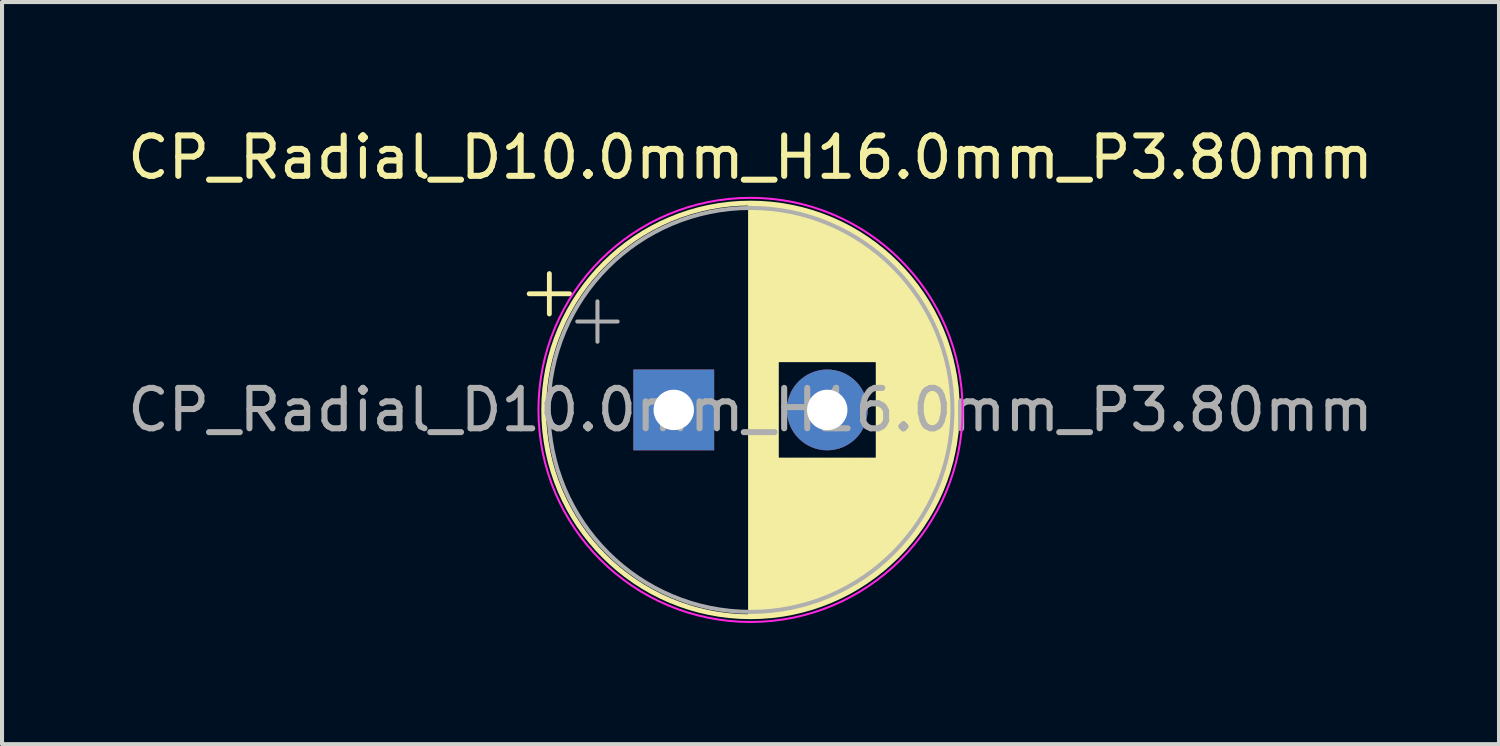
<source format=kicad_pcb>
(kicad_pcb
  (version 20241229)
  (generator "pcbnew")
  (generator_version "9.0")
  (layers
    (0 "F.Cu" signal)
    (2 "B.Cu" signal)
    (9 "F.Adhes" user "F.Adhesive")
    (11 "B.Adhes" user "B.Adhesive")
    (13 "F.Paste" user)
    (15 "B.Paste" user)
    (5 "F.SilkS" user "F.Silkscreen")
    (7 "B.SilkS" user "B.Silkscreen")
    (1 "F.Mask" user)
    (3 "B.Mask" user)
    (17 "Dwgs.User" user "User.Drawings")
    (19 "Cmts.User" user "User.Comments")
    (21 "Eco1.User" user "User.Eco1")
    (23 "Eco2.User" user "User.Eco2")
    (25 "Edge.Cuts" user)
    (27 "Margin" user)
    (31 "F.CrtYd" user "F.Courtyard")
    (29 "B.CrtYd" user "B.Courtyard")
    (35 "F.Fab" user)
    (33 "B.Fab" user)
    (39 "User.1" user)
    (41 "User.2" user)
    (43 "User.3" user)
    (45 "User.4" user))
  (footprint "CP_Radial_D10.0mm_H16.0mm_P3.80mm"
    (layer "F.Cu")
    (at 13.63 7.098)
    (property "Reference" "CP_Radial_D10.0mm_H16.0mm_P3.80mm" (at 1.9 -6.25 0) (layer "F.SilkS") (effects (font (size 1 1) (thickness 0.15))))
    (attr through_hole)
    (fp_line (start -3.58 -2.875) (end -2.58 -2.875) (stroke (width 0.12) (type solid)) (layer "F.SilkS"))
    (fp_line (start -3.08 -3.375) (end -3.08 -2.375) (stroke (width 0.12) (type solid)) (layer "F.SilkS"))
    (fp_line (start 1.9 -5.08) (end 1.9 5.08) (stroke (width 0.12) (type solid)) (layer "F.SilkS"))
    (fp_line (start 1.94 -5.08) (end 1.94 5.08) (stroke (width 0.12) (type solid)) (layer "F.SilkS"))
    (fp_line (start 1.98 -5.08) (end 1.98 5.08) (stroke (width 0.12) (type solid)) (layer "F.SilkS"))
    (fp_line (start 2.02 -5.079) (end 2.02 5.079) (stroke (width 0.12) (type solid)) (layer "F.SilkS"))
    (fp_line (start 2.06 -5.078) (end 2.06 5.078) (stroke (width 0.12) (type solid)) (layer "F.SilkS"))
    (fp_line (start 2.1 -5.077) (end 2.1 5.077) (stroke (width 0.12) (type solid)) (layer "F.SilkS"))
    (fp_line (start 2.14 -5.075) (end 2.14 5.075) (stroke (width 0.12) (type solid)) (layer "F.SilkS"))
    (fp_line (start 2.18 -5.073) (end 2.18 5.073) (stroke (width 0.12) (type solid)) (layer "F.SilkS"))
    (fp_line (start 2.22 -5.07) (end 2.22 5.07) (stroke (width 0.12) (type solid)) (layer "F.SilkS"))
    (fp_line (start 2.26 -5.068) (end 2.26 5.068) (stroke (width 0.12) (type solid)) (layer "F.SilkS"))
    (fp_line (start 2.3 -5.065) (end 2.3 5.065) (stroke (width 0.12) (type solid)) (layer "F.SilkS"))
    (fp_line (start 2.34 -5.062) (end 2.34 5.062) (stroke (width 0.12) (type solid)) (layer "F.SilkS"))
    (fp_line (start 2.38 -5.058) (end 2.38 5.058) (stroke (width 0.12) (type solid)) (layer "F.SilkS"))
    (fp_line (start 2.42 -5.054) (end 2.42 5.054) (stroke (width 0.12) (type solid)) (layer "F.SilkS"))
    (fp_line (start 2.46 -5.05) (end 2.46 5.05) (stroke (width 0.12) (type solid)) (layer "F.SilkS"))
    (fp_line (start 2.5 -5.045) (end 2.5 5.045) (stroke (width 0.12) (type solid)) (layer "F.SilkS"))
    (fp_line (start 2.54 -5.04) (end 2.54 5.04) (stroke (width 0.12) (type solid)) (layer "F.SilkS"))
    (fp_line (start 2.58 -5.035) (end 2.58 -1.241) (stroke (width 0.12) (type solid)) (layer "F.SilkS"))
    (fp_line (start 2.58 1.241) (end 2.58 5.035) (stroke (width 0.12) (type solid)) (layer "F.SilkS"))
    (fp_line (start 2.621 -5.03) (end 2.621 -1.241) (stroke (width 0.12) (type solid)) (layer "F.SilkS"))
    (fp_line (start 2.621 1.241) (end 2.621 5.03) (stroke (width 0.12) (type solid)) (layer "F.SilkS"))
    (fp_line (start 2.661 -5.024) (end 2.661 -1.241) (stroke (width 0.12) (type solid)) (layer "F.SilkS"))
    (fp_line (start 2.661 1.241) (end 2.661 5.024) (stroke (width 0.12) (type solid)) (layer "F.SilkS"))
    (fp_line (start 2.701 -5.018) (end 2.701 -1.241) (stroke (width 0.12) (type solid)) (layer "F.SilkS"))
    (fp_line (start 2.701 1.241) (end 2.701 5.018) (stroke (width 0.12) (type solid)) (layer "F.SilkS"))
    (fp_line (start 2.741 -5.011) (end 2.741 -1.241) (stroke (width 0.12) (type solid)) (layer "F.SilkS"))
    (fp_line (start 2.741 1.241) (end 2.741 5.011) (stroke (width 0.12) (type solid)) (layer "F.SilkS"))
    (fp_line (start 2.781 -5.004) (end 2.781 -1.241) (stroke (width 0.12) (type solid)) (layer "F.SilkS"))
    (fp_line (start 2.781 1.241) (end 2.781 5.004) (stroke (width 0.12) (type solid)) (layer "F.SilkS"))
    (fp_line (start 2.821 -4.997) (end 2.821 -1.241) (stroke (width 0.12) (type solid)) (layer "F.SilkS"))
    (fp_line (start 2.821 1.241) (end 2.821 4.997) (stroke (width 0.12) (type solid)) (layer "F.SilkS"))
    (fp_line (start 2.861 -4.99) (end 2.861 -1.241) (stroke (width 0.12) (type solid)) (layer "F.SilkS"))
    (fp_line (start 2.861 1.241) (end 2.861 4.99) (stroke (width 0.12) (type solid)) (layer "F.SilkS"))
    (fp_line (start 2.901 -4.982) (end 2.901 -1.241) (stroke (width 0.12) (type solid)) (layer "F.SilkS"))
    (fp_line (start 2.901 1.241) (end 2.901 4.982) (stroke (width 0.12) (type solid)) (layer "F.SilkS"))
    (fp_line (start 2.941 -4.974) (end 2.941 -1.241) (stroke (width 0.12) (type solid)) (layer "F.SilkS"))
    (fp_line (start 2.941 1.241) (end 2.941 4.974) (stroke (width 0.12) (type solid)) (layer "F.SilkS"))
    (fp_line (start 2.981 -4.965) (end 2.981 -1.241) (stroke (width 0.12) (type solid)) (layer "F.SilkS"))
    (fp_line (start 2.981 1.241) (end 2.981 4.965) (stroke (width 0.12) (type solid)) (layer "F.SilkS"))
    (fp_line (start 3.021 -4.956) (end 3.021 -1.241) (stroke (width 0.12) (type solid)) (layer "F.SilkS"))
    (fp_line (start 3.021 1.241) (end 3.021 4.956) (stroke (width 0.12) (type solid)) (layer "F.SilkS"))
    (fp_line (start 3.061 -4.947) (end 3.061 -1.241) (stroke (width 0.12) (type solid)) (layer "F.SilkS"))
    (fp_line (start 3.061 1.241) (end 3.061 4.947) (stroke (width 0.12) (type solid)) (layer "F.SilkS"))
    (fp_line (start 3.101 -4.938) (end 3.101 -1.241) (stroke (width 0.12) (type solid)) (layer "F.SilkS"))
    (fp_line (start 3.101 1.241) (end 3.101 4.938) (stroke (width 0.12) (type solid)) (layer "F.SilkS"))
    (fp_line (start 3.141 -4.928) (end 3.141 -1.241) (stroke (width 0.12) (type solid)) (layer "F.SilkS"))
    (fp_line (start 3.141 1.241) (end 3.141 4.928) (stroke (width 0.12) (type solid)) (layer "F.SilkS"))
    (fp_line (start 3.181 -4.918) (end 3.181 -1.241) (stroke (width 0.12) (type solid)) (layer "F.SilkS"))
    (fp_line (start 3.181 1.241) (end 3.181 4.918) (stroke (width 0.12) (type solid)) (layer "F.SilkS"))
    (fp_line (start 3.221 -4.907) (end 3.221 -1.241) (stroke (width 0.12) (type solid)) (layer "F.SilkS"))
    (fp_line (start 3.221 1.241) (end 3.221 4.907) (stroke (width 0.12) (type solid)) (layer "F.SilkS"))
    (fp_line (start 3.261 -4.897) (end 3.261 -1.241) (stroke (width 0.12) (type solid)) (layer "F.SilkS"))
    (fp_line (start 3.261 1.241) (end 3.261 4.897) (stroke (width 0.12) (type solid)) (layer "F.SilkS"))
    (fp_line (start 3.301 -4.885) (end 3.301 -1.241) (stroke (width 0.12) (type solid)) (layer "F.SilkS"))
    (fp_line (start 3.301 1.241) (end 3.301 4.885) (stroke (width 0.12) (type solid)) (layer "F.SilkS"))
    (fp_line (start 3.341 -4.874) (end 3.341 -1.241) (stroke (width 0.12) (type solid)) (layer "F.SilkS"))
    (fp_line (start 3.341 1.241) (end 3.341 4.874) (stroke (width 0.12) (type solid)) (layer "F.SilkS"))
    (fp_line (start 3.381 -4.862) (end 3.381 -1.241) (stroke (width 0.12) (type solid)) (layer "F.SilkS"))
    (fp_line (start 3.381 1.241) (end 3.381 4.862) (stroke (width 0.12) (type solid)) (layer "F.SilkS"))
    (fp_line (start 3.421 -4.85) (end 3.421 -1.241) (stroke (width 0.12) (type solid)) (layer "F.SilkS"))
    (fp_line (start 3.421 1.241) (end 3.421 4.85) (stroke (width 0.12) (type solid)) (layer "F.SilkS"))
    (fp_line (start 3.461 -4.837) (end 3.461 -1.241) (stroke (width 0.12) (type solid)) (layer "F.SilkS"))
    (fp_line (start 3.461 1.241) (end 3.461 4.837) (stroke (width 0.12) (type solid)) (layer "F.SilkS"))
    (fp_line (start 3.501 -4.824) (end 3.501 -1.241) (stroke (width 0.12) (type solid)) (layer "F.SilkS"))
    (fp_line (start 3.501 1.241) (end 3.501 4.824) (stroke (width 0.12) (type solid)) (layer "F.SilkS"))
    (fp_line (start 3.541 -4.811) (end 3.541 -1.241) (stroke (width 0.12) (type solid)) (layer "F.SilkS"))
    (fp_line (start 3.541 1.241) (end 3.541 4.811) (stroke (width 0.12) (type solid)) (layer "F.SilkS"))
    (fp_line (start 3.581 -4.797) (end 3.581 -1.241) (stroke (width 0.12) (type solid)) (layer "F.SilkS"))
    (fp_line (start 3.581 1.241) (end 3.581 4.797) (stroke (width 0.12) (type solid)) (layer "F.SilkS"))
    (fp_line (start 3.621 -4.783) (end 3.621 -1.241) (stroke (width 0.12) (type solid)) (layer "F.SilkS"))
    (fp_line (start 3.621 1.241) (end 3.621 4.783) (stroke (width 0.12) (type solid)) (layer "F.SilkS"))
    (fp_line (start 3.661 -4.768) (end 3.661 -1.241) (stroke (width 0.12) (type solid)) (layer "F.SilkS"))
    (fp_line (start 3.661 1.241) (end 3.661 4.768) (stroke (width 0.12) (type solid)) (layer "F.SilkS"))
    (fp_line (start 3.701 -4.754) (end 3.701 -1.241) (stroke (width 0.12) (type solid)) (layer "F.SilkS"))
    (fp_line (start 3.701 1.241) (end 3.701 4.754) (stroke (width 0.12) (type solid)) (layer "F.SilkS"))
    (fp_line (start 3.741 -4.738) (end 3.741 -1.241) (stroke (width 0.12) (type solid)) (layer "F.SilkS"))
    (fp_line (start 3.741 1.241) (end 3.741 4.738) (stroke (width 0.12) (type solid)) (layer "F.SilkS"))
    (fp_line (start 3.781 -4.723) (end 3.781 -1.241) (stroke (width 0.12) (type solid)) (layer "F.SilkS"))
    (fp_line (start 3.781 1.241) (end 3.781 4.723) (stroke (width 0.12) (type solid)) (layer "F.SilkS"))
    (fp_line (start 3.821 -4.707) (end 3.821 -1.241) (stroke (width 0.12) (type solid)) (layer "F.SilkS"))
    (fp_line (start 3.821 1.241) (end 3.821 4.707) (stroke (width 0.12) (type solid)) (layer "F.SilkS"))
    (fp_line (start 3.861 -4.69) (end 3.861 -1.241) (stroke (width 0.12) (type solid)) (layer "F.SilkS"))
    (fp_line (start 3.861 1.241) (end 3.861 4.69) (stroke (width 0.12) (type solid)) (layer "F.SilkS"))
    (fp_line (start 3.901 -4.674) (end 3.901 -1.241) (stroke (width 0.12) (type solid)) (layer "F.SilkS"))
    (fp_line (start 3.901 1.241) (end 3.901 4.674) (stroke (width 0.12) (type solid)) (layer "F.SilkS"))
    (fp_line (start 3.941 -4.657) (end 3.941 -1.241) (stroke (width 0.12) (type solid)) (layer "F.SilkS"))
    (fp_line (start 3.941 1.241) (end 3.941 4.657) (stroke (width 0.12) (type solid)) (layer "F.SilkS"))
    (fp_line (start 3.981 -4.639) (end 3.981 -1.241) (stroke (width 0.12) (type solid)) (layer "F.SilkS"))
    (fp_line (start 3.981 1.241) (end 3.981 4.639) (stroke (width 0.12) (type solid)) (layer "F.SilkS"))
    (fp_line (start 4.021 -4.621) (end 4.021 -1.241) (stroke (width 0.12) (type solid)) (layer "F.SilkS"))
    (fp_line (start 4.021 1.241) (end 4.021 4.621) (stroke (width 0.12) (type solid)) (layer "F.SilkS"))
    (fp_line (start 4.061 -4.603) (end 4.061 -1.241) (stroke (width 0.12) (type solid)) (layer "F.SilkS"))
    (fp_line (start 4.061 1.241) (end 4.061 4.603) (stroke (width 0.12) (type solid)) (layer "F.SilkS"))
    (fp_line (start 4.101 -4.584) (end 4.101 -1.241) (stroke (width 0.12) (type solid)) (layer "F.SilkS"))
    (fp_line (start 4.101 1.241) (end 4.101 4.584) (stroke (width 0.12) (type solid)) (layer "F.SilkS"))
    (fp_line (start 4.141 -4.564) (end 4.141 -1.241) (stroke (width 0.12) (type solid)) (layer "F.SilkS"))
    (fp_line (start 4.141 1.241) (end 4.141 4.564) (stroke (width 0.12) (type solid)) (layer "F.SilkS"))
    (fp_line (start 4.181 -4.545) (end 4.181 -1.241) (stroke (width 0.12) (type solid)) (layer "F.SilkS"))
    (fp_line (start 4.181 1.241) (end 4.181 4.545) (stroke (width 0.12) (type solid)) (layer "F.SilkS"))
    (fp_line (start 4.221 -4.525) (end 4.221 -1.241) (stroke (width 0.12) (type solid)) (layer "F.SilkS"))
    (fp_line (start 4.221 1.241) (end 4.221 4.525) (stroke (width 0.12) (type solid)) (layer "F.SilkS"))
    (fp_line (start 4.261 -4.504) (end 4.261 -1.241) (stroke (width 0.12) (type solid)) (layer "F.SilkS"))
    (fp_line (start 4.261 1.241) (end 4.261 4.504) (stroke (width 0.12) (type solid)) (layer "F.SilkS"))
    (fp_line (start 4.301 -4.483) (end 4.301 -1.241) (stroke (width 0.12) (type solid)) (layer "F.SilkS"))
    (fp_line (start 4.301 1.241) (end 4.301 4.483) (stroke (width 0.12) (type solid)) (layer "F.SilkS"))
    (fp_line (start 4.341 -4.462) (end 4.341 -1.241) (stroke (width 0.12) (type solid)) (layer "F.SilkS"))
    (fp_line (start 4.341 1.241) (end 4.341 4.462) (stroke (width 0.12) (type solid)) (layer "F.SilkS"))
    (fp_line (start 4.381 -4.44) (end 4.381 -1.241) (stroke (width 0.12) (type solid)) (layer "F.SilkS"))
    (fp_line (start 4.381 1.241) (end 4.381 4.44) (stroke (width 0.12) (type solid)) (layer "F.SilkS"))
    (fp_line (start 4.421 -4.417) (end 4.421 -1.241) (stroke (width 0.12) (type solid)) (layer "F.SilkS"))
    (fp_line (start 4.421 1.241) (end 4.421 4.417) (stroke (width 0.12) (type solid)) (layer "F.SilkS"))
    (fp_line (start 4.461 -4.395) (end 4.461 -1.241) (stroke (width 0.12) (type solid)) (layer "F.SilkS"))
    (fp_line (start 4.461 1.241) (end 4.461 4.395) (stroke (width 0.12) (type solid)) (layer "F.SilkS"))
    (fp_line (start 4.501 -4.371) (end 4.501 -1.241) (stroke (width 0.12) (type solid)) (layer "F.SilkS"))
    (fp_line (start 4.501 1.241) (end 4.501 4.371) (stroke (width 0.12) (type solid)) (layer "F.SilkS"))
    (fp_line (start 4.541 -4.347) (end 4.541 -1.241) (stroke (width 0.12) (type solid)) (layer "F.SilkS"))
    (fp_line (start 4.541 1.241) (end 4.541 4.347) (stroke (width 0.12) (type solid)) (layer "F.SilkS"))
    (fp_line (start 4.581 -4.323) (end 4.581 -1.241) (stroke (width 0.12) (type solid)) (layer "F.SilkS"))
    (fp_line (start 4.581 1.241) (end 4.581 4.323) (stroke (width 0.12) (type solid)) (layer "F.SilkS"))
    (fp_line (start 4.621 -4.298) (end 4.621 -1.241) (stroke (width 0.12) (type solid)) (layer "F.SilkS"))
    (fp_line (start 4.621 1.241) (end 4.621 4.298) (stroke (width 0.12) (type solid)) (layer "F.SilkS"))
    (fp_line (start 4.661 -4.273) (end 4.661 -1.241) (stroke (width 0.12) (type solid)) (layer "F.SilkS"))
    (fp_line (start 4.661 1.241) (end 4.661 4.273) (stroke (width 0.12) (type solid)) (layer "F.SilkS"))
    (fp_line (start 4.701 -4.247) (end 4.701 -1.241) (stroke (width 0.12) (type solid)) (layer "F.SilkS"))
    (fp_line (start 4.701 1.241) (end 4.701 4.247) (stroke (width 0.12) (type solid)) (layer "F.SilkS"))
    (fp_line (start 4.741 -4.221) (end 4.741 -1.241) (stroke (width 0.12) (type solid)) (layer "F.SilkS"))
    (fp_line (start 4.741 1.241) (end 4.741 4.221) (stroke (width 0.12) (type solid)) (layer "F.SilkS"))
    (fp_line (start 4.781 -4.194) (end 4.781 -1.241) (stroke (width 0.12) (type solid)) (layer "F.SilkS"))
    (fp_line (start 4.781 1.241) (end 4.781 4.194) (stroke (width 0.12) (type solid)) (layer "F.SilkS"))
    (fp_line (start 4.821 -4.166) (end 4.821 -1.241) (stroke (width 0.12) (type solid)) (layer "F.SilkS"))
    (fp_line (start 4.821 1.241) (end 4.821 4.166) (stroke (width 0.12) (type solid)) (layer "F.SilkS"))
    (fp_line (start 4.861 -4.138) (end 4.861 -1.241) (stroke (width 0.12) (type solid)) (layer "F.SilkS"))
    (fp_line (start 4.861 1.241) (end 4.861 4.138) (stroke (width 0.12) (type solid)) (layer "F.SilkS"))
    (fp_line (start 4.901 -4.11) (end 4.901 -1.241) (stroke (width 0.12) (type solid)) (layer "F.SilkS"))
    (fp_line (start 4.901 1.241) (end 4.901 4.11) (stroke (width 0.12) (type solid)) (layer "F.SilkS"))
    (fp_line (start 4.941 -4.08) (end 4.941 -1.241) (stroke (width 0.12) (type solid)) (layer "F.SilkS"))
    (fp_line (start 4.941 1.241) (end 4.941 4.08) (stroke (width 0.12) (type solid)) (layer "F.SilkS"))
    (fp_line (start 4.981 -4.05) (end 4.981 -1.241) (stroke (width 0.12) (type solid)) (layer "F.SilkS"))
    (fp_line (start 4.981 1.241) (end 4.981 4.05) (stroke (width 0.12) (type solid)) (layer "F.SilkS"))
    (fp_line (start 5.021 -4.02) (end 5.021 -1.241) (stroke (width 0.12) (type solid)) (layer "F.SilkS"))
    (fp_line (start 5.021 1.241) (end 5.021 4.02) (stroke (width 0.12) (type solid)) (layer "F.SilkS"))
    (fp_line (start 5.061 -3.989) (end 5.061 3.989) (stroke (width 0.12) (type solid)) (layer "F.SilkS"))
    (fp_line (start 5.101 -3.957) (end 5.101 3.957) (stroke (width 0.12) (type solid)) (layer "F.SilkS"))
    (fp_line (start 5.141 -3.925) (end 5.141 3.925) (stroke (width 0.12) (type solid)) (layer "F.SilkS"))
    (fp_line (start 5.181 -3.892) (end 5.181 3.892) (stroke (width 0.12) (type solid)) (layer "F.SilkS"))
    (fp_line (start 5.221 -3.858) (end 5.221 3.858) (stroke (width 0.12) (type solid)) (layer "F.SilkS"))
    (fp_line (start 5.261 -3.824) (end 5.261 3.824) (stroke (width 0.12) (type solid)) (layer "F.SilkS"))
    (fp_line (start 5.301 -3.789) (end 5.301 3.789) (stroke (width 0.12) (type solid)) (layer "F.SilkS"))
    (fp_line (start 5.341 -3.753) (end 5.341 3.753) (stroke (width 0.12) (type solid)) (layer "F.SilkS"))
    (fp_line (start 5.381 -3.716) (end 5.381 3.716) (stroke (width 0.12) (type solid)) (layer "F.SilkS"))
    (fp_line (start 5.421 -3.679) (end 5.421 3.679) (stroke (width 0.12) (type solid)) (layer "F.SilkS"))
    (fp_line (start 5.461 -3.64) (end 5.461 3.64) (stroke (width 0.12) (type solid)) (layer "F.SilkS"))
    (fp_line (start 5.501 -3.601) (end 5.501 3.601) (stroke (width 0.12) (type solid)) (layer "F.SilkS"))
    (fp_line (start 5.541 -3.561) (end 5.541 3.561) (stroke (width 0.12) (type solid)) (layer "F.SilkS"))
    (fp_line (start 5.581 -3.52) (end 5.581 3.52) (stroke (width 0.12) (type solid)) (layer "F.SilkS"))
    (fp_line (start 5.621 -3.478) (end 5.621 3.478) (stroke (width 0.12) (type solid)) (layer "F.SilkS"))
    (fp_line (start 5.661 -3.436) (end 5.661 3.436) (stroke (width 0.12) (type solid)) (layer "F.SilkS"))
    (fp_line (start 5.701 -3.392) (end 5.701 3.392) (stroke (width 0.12) (type solid)) (layer "F.SilkS"))
    (fp_line (start 5.741 -3.347) (end 5.741 3.347) (stroke (width 0.12) (type solid)) (layer "F.SilkS"))
    (fp_line (start 5.781 -3.301) (end 5.781 3.301) (stroke (width 0.12) (type solid)) (layer "F.SilkS"))
    (fp_line (start 5.821 -3.254) (end 5.821 3.254) (stroke (width 0.12) (type solid)) (layer "F.SilkS"))
    (fp_line (start 5.861 -3.206) (end 5.861 3.206) (stroke (width 0.12) (type solid)) (layer "F.SilkS"))
    (fp_line (start 5.901 -3.156) (end 5.901 3.156) (stroke (width 0.12) (type solid)) (layer "F.SilkS"))
    (fp_line (start 5.941 -3.106) (end 5.941 3.106) (stroke (width 0.12) (type solid)) (layer "F.SilkS"))
    (fp_line (start 5.981 -3.054) (end 5.981 3.054) (stroke (width 0.12) (type solid)) (layer "F.SilkS"))
    (fp_line (start 6.021 -3) (end 6.021 3) (stroke (width 0.12) (type solid)) (layer "F.SilkS"))
    (fp_line (start 6.061 -2.945) (end 6.061 2.945) (stroke (width 0.12) (type solid)) (layer "F.SilkS"))
    (fp_line (start 6.101 -2.889) (end 6.101 2.889) (stroke (width 0.12) (type solid)) (layer "F.SilkS"))
    (fp_line (start 6.141 -2.83) (end 6.141 2.83) (stroke (width 0.12) (type solid)) (layer "F.SilkS"))
    (fp_line (start 6.181 -2.77) (end 6.181 2.77) (stroke (width 0.12) (type solid)) (layer "F.SilkS"))
    (fp_line (start 6.221 -2.709) (end 6.221 2.709) (stroke (width 0.12) (type solid)) (layer "F.SilkS"))
    (fp_line (start 6.261 -2.645) (end 6.261 2.645) (stroke (width 0.12) (type solid)) (layer "F.SilkS"))
    (fp_line (start 6.301 -2.579) (end 6.301 2.579) (stroke (width 0.12) (type solid)) (layer "F.SilkS"))
    (fp_line (start 6.341 -2.51) (end 6.341 2.51) (stroke (width 0.12) (type solid)) (layer "F.SilkS"))
    (fp_line (start 6.381 -2.439) (end 6.381 2.439) (stroke (width 0.12) (type solid)) (layer "F.SilkS"))
    (fp_line (start 6.421 -2.365) (end 6.421 2.365) (stroke (width 0.12) (type solid)) (layer "F.SilkS"))
    (fp_line (start 6.461 -2.289) (end 6.461 2.289) (stroke (width 0.12) (type solid)) (layer "F.SilkS"))
    (fp_line (start 6.501 -2.209) (end 6.501 2.209) (stroke (width 0.12) (type solid)) (layer "F.SilkS"))
    (fp_line (start 6.541 -2.125) (end 6.541 2.125) (stroke (width 0.12) (type solid)) (layer "F.SilkS"))
    (fp_line (start 6.581 -2.037) (end 6.581 2.037) (stroke (width 0.12) (type solid)) (layer "F.SilkS"))
    (fp_line (start 6.621 -1.944) (end 6.621 1.944) (stroke (width 0.12) (type solid)) (layer "F.SilkS"))
    (fp_line (start 6.661 -1.846) (end 6.661 1.846) (stroke (width 0.12) (type solid)) (layer "F.SilkS"))
    (fp_line (start 6.701 -1.742) (end 6.701 1.742) (stroke (width 0.12) (type solid)) (layer "F.SilkS"))
    (fp_line (start 6.741 -1.63) (end 6.741 1.63) (stroke (width 0.12) (type solid)) (layer "F.SilkS"))
    (fp_line (start 6.781 -1.51) (end 6.781 1.51) (stroke (width 0.12) (type solid)) (layer "F.SilkS"))
    (fp_line (start 6.821 -1.378) (end 6.821 1.378) (stroke (width 0.12) (type solid)) (layer "F.SilkS"))
    (fp_line (start 6.861 -1.23) (end 6.861 1.23) (stroke (width 0.12) (type solid)) (layer "F.SilkS"))
    (fp_line (start 6.901 -1.062) (end 6.901 1.062) (stroke (width 0.12) (type solid)) (layer "F.SilkS"))
    (fp_line (start 6.941 -0.862) (end 6.941 0.862) (stroke (width 0.12) (type solid)) (layer "F.SilkS"))
    (fp_line (start 6.981 -0.599) (end 6.981 0.599) (stroke (width 0.12) (type solid)) (layer "F.SilkS"))
    (fp_circle (center 1.9 0) (end 7.02 0) (stroke (width 0.12) (type solid)) (fill no) (layer "F.SilkS"))
    (fp_circle (center 1.9 0) (end 7.15 0) (stroke (width 0.05) (type solid)) (fill no) (layer "F.CrtYd"))
    (fp_line (start -2.389 -2.188) (end -1.389 -2.188) (stroke (width 0.1) (type solid)) (layer "F.Fab"))
    (fp_line (start -1.889 -2.688) (end -1.889 -1.688) (stroke (width 0.1) (type solid)) (layer "F.Fab"))
    (fp_circle (center 1.9 0) (end 6.9 0) (stroke (width 0.1) (type solid)) (fill no) (layer "F.Fab"))
    (fp_text user "${REFERENCE}" (at 1.9 0 0) (layer "F.Fab") (effects (font (size 1 1) (thickness 0.15))))
    (pad "1" thru_hole rect (at 0 0) (size 2 2) (drill 1) (layers "*.Cu" "*.Mask"))
    (pad "2" thru_hole circle (at 3.8 0) (size 2 2) (drill 1) (layers "*.Cu" "*.Mask")))
  (gr_rect
    (start -3 -3)
    (end 34.06 15.373)
    (stroke (width 0.1) (type default))
    (fill no)
    (layer "Edge.Cuts")))
</source>
